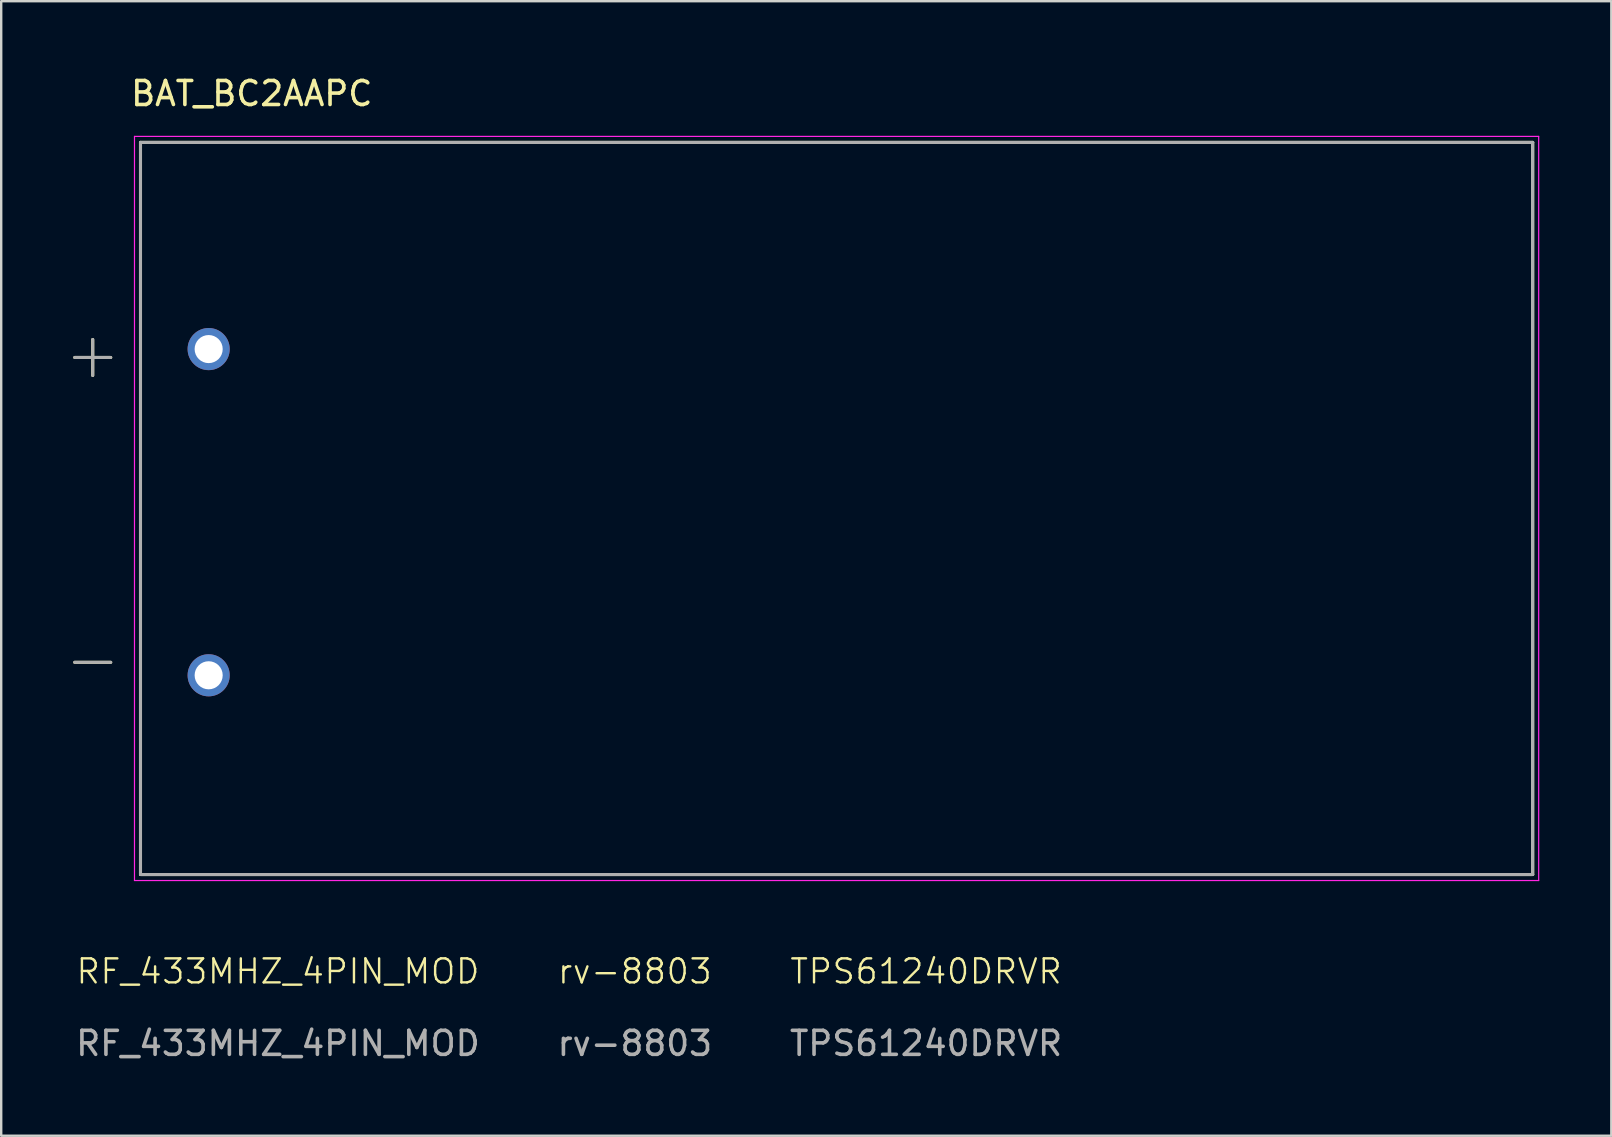
<source format=kicad_pcb>
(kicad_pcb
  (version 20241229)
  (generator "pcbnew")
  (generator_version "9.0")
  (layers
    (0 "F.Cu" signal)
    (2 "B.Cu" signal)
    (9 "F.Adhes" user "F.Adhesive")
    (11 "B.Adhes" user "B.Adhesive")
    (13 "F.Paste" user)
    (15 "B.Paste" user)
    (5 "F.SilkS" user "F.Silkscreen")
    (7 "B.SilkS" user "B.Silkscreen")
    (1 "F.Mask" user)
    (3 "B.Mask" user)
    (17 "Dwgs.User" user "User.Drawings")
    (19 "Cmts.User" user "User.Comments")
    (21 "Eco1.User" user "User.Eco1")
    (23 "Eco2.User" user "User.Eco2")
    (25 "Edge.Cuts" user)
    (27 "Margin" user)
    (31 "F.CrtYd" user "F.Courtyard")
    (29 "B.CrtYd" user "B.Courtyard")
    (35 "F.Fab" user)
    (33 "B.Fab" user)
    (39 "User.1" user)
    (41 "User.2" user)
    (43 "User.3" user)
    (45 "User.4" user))
  (footprint "TPS61240DRVR"
    (layer "F.Cu")
    (at 35.53 37.919)
    (property "Reference" "TPS61240DRVR" (at 0 -0.5 0) (unlocked yes) (layer "F.SilkS") (effects (font (size 1 1) (thickness 0.1))))
    (attr smd)
    (fp_text user "${REFERENCE}" (at 0 2.5 0) (unlocked yes) (layer "F.Fab") (effects (font (size 1 1) (thickness 0.15)))))
  (footprint "rv-8803"
    (layer "F.Cu")
    (at 23.399 37.919)
    (property "Reference" "rv-8803" (at 0 -0.5 0) (unlocked yes) (layer "F.SilkS") (effects (font (size 1 1) (thickness 0.1))))
    (attr smd)
    (fp_text user "${REFERENCE}" (at 0 2.5 0) (unlocked yes) (layer "F.Fab") (effects (font (size 1 1) (thickness 0.15)))))
  (footprint "RF_433MHZ_4PIN_MOD"
    (layer "F.Cu")
    (at 8.53 37.919)
    (property "Reference" "RF_433MHZ_4PIN_MOD" (at 0 -0.5 0) (unlocked yes) (layer "F.SilkS") (effects (font (size 1 1) (thickness 0.1))))
    (attr smd)
    (fp_text user "${REFERENCE}" (at 0 2.5 0) (unlocked yes) (layer "F.Fab") (effects (font (size 1 1) (thickness 0.15)))))
  (footprint "BAT_BC2AAPC"
    (layer "F.Cu")
    (at 31.803 18.133)
    (property "Reference" "BAT_BC2AAPC" (at -24.365 -17.285 0) (layer "F.SilkS") (effects (font (size 1 1) (thickness 0.15))))
    (attr through_hole)
    (fp_line (start -31.74 -6.29) (end -30.24 -6.29) (stroke (width 0.127) (type solid)) (layer "F.SilkS"))
    (fp_line (start -31.74 6.41) (end -30.24 6.41) (stroke (width 0.127) (type solid)) (layer "F.SilkS"))
    (fp_line (start -30.99 -5.54) (end -30.99 -7.04) (stroke (width 0.127) (type solid)) (layer "F.SilkS"))
    (fp_line (start -29 -15.25) (end -29 15.25) (stroke (width 0.127) (type solid)) (layer "F.SilkS"))
    (fp_line (start -29 15.25) (end 29 15.25) (stroke (width 0.127) (type solid)) (layer "F.SilkS"))
    (fp_line (start 29 -15.25) (end -29 -15.25) (stroke (width 0.127) (type solid)) (layer "F.SilkS"))
    (fp_line (start 29 15.25) (end 29 -15.25) (stroke (width 0.127) (type solid)) (layer "F.SilkS"))
    (fp_line (start -29.25 -15.5) (end -29.25 15.5) (stroke (width 0.05) (type solid)) (layer "F.CrtYd"))
    (fp_line (start -29.25 15.5) (end 29.25 15.5) (stroke (width 0.05) (type solid)) (layer "F.CrtYd"))
    (fp_line (start 29.25 -15.5) (end -29.25 -15.5) (stroke (width 0.05) (type solid)) (layer "F.CrtYd"))
    (fp_line (start 29.25 15.5) (end 29.25 -15.5) (stroke (width 0.05) (type solid)) (layer "F.CrtYd"))
    (fp_line (start -31.74 -6.29) (end -30.24 -6.29) (stroke (width 0.127) (type solid)) (layer "F.Fab"))
    (fp_line (start -31.74 6.41) (end -30.24 6.41) (stroke (width 0.127) (type solid)) (layer "F.Fab"))
    (fp_line (start -30.99 -5.54) (end -30.99 -7.04) (stroke (width 0.127) (type solid)) (layer "F.Fab"))
    (fp_line (start -29 -15.25) (end 29 -15.25) (stroke (width 0.127) (type solid)) (layer "F.Fab"))
    (fp_line (start -29 15.25) (end -29 -15.25) (stroke (width 0.127) (type solid)) (layer "F.Fab"))
    (fp_line (start 29 -15.25) (end 29 15.25) (stroke (width 0.127) (type solid)) (layer "F.Fab"))
    (fp_line (start 29 15.25) (end -29 15.25) (stroke (width 0.127) (type solid)) (layer "F.Fab"))
    (fp_rect (start 29 -15.25) (end -29 15.25) (stroke (width 0.1) (type default)) (fill no) (layer "F.Fab"))
    (pad "+" thru_hole circle (at -26.16 -6.64) (size 1.755 1.755) (drill 1.17) (layers "*.Cu" "*.Mask"))
    (pad "-" thru_hole circle (at -26.16 6.95) (size 1.755 1.755) (drill 1.17) (layers "*.Cu" "*.Mask")))
  (gr_rect
    (start -3 -3)
    (end 64.079 44.267)
    (stroke (width 0.1) (type default))
    (fill no)
    (layer "Edge.Cuts")))
</source>
